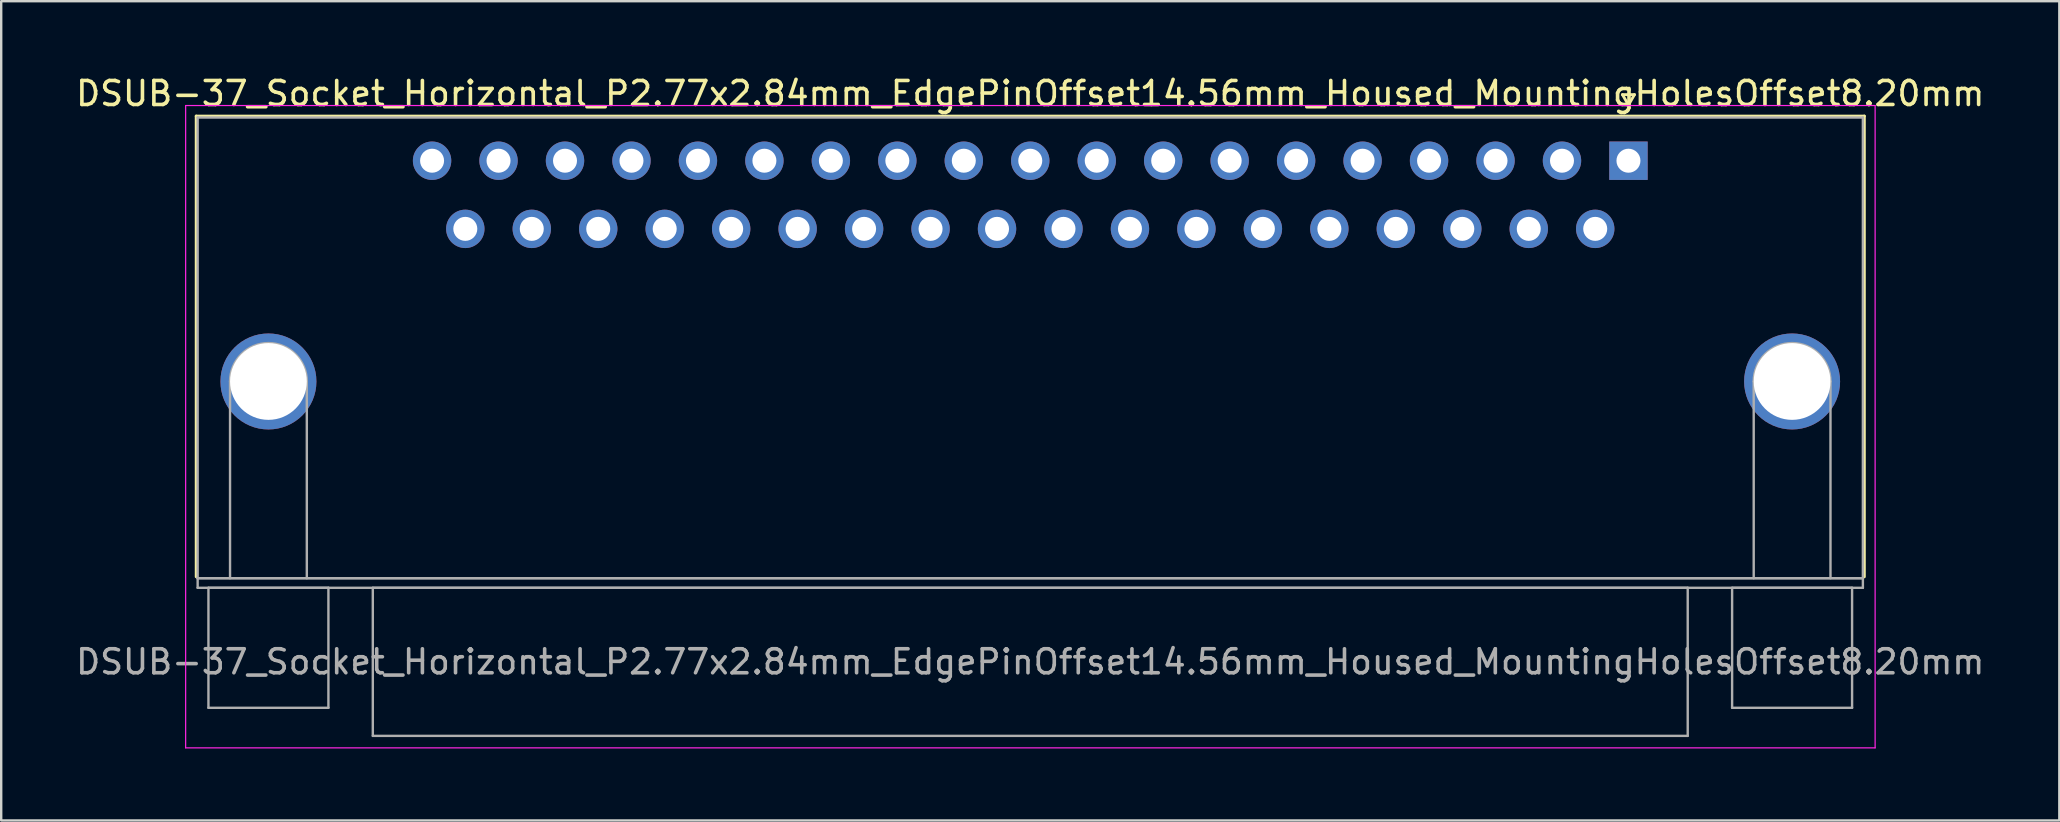
<source format=kicad_pcb>
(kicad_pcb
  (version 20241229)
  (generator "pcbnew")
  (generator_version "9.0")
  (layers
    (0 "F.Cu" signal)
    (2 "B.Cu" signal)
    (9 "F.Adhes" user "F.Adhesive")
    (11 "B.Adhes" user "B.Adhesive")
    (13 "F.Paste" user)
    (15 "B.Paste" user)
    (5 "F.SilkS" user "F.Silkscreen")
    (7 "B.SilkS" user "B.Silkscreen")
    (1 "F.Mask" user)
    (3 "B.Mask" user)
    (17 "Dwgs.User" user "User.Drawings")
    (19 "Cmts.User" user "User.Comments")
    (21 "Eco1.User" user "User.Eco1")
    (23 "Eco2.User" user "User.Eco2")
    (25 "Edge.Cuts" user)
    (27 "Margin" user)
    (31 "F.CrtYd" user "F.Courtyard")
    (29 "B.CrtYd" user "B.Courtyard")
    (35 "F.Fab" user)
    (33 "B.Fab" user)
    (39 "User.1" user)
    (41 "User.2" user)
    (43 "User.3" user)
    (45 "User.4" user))
  (footprint "DSUB-37_Socket_Horizontal_P2.77x2.84mm_EdgePinOffset14.56mm_Housed_MountingHolesOffset8.20mm"
    (layer "F.Cu")
    (at 64.817 3.648)
    (property "Reference" "DSUB-37_Socket_Horizontal_P2.77x2.84mm_EdgePinOffset14.56mm_Housed_MountingHolesOffset8.20mm" (at -24.93 -2.8 0) (layer "F.SilkS") (effects (font (size 1 1) (thickness 0.15))))
    (attr through_hole)
    (fp_line (start -59.69 -1.86) (end 9.83 -1.86) (stroke (width 0.12) (type solid)) (layer "F.SilkS"))
    (fp_line (start -59.69 17.34) (end -59.69 -1.86) (stroke (width 0.12) (type solid)) (layer "F.SilkS"))
    (fp_line (start -0.25 -2.754) (end 0.25 -2.754) (stroke (width 0.12) (type solid)) (layer "F.SilkS"))
    (fp_line (start 0 -2.321) (end -0.25 -2.754) (stroke (width 0.12) (type solid)) (layer "F.SilkS"))
    (fp_line (start 0.25 -2.754) (end 0 -2.321) (stroke (width 0.12) (type solid)) (layer "F.SilkS"))
    (fp_line (start 9.83 -1.86) (end 9.83 17.34) (stroke (width 0.12) (type solid)) (layer "F.SilkS"))
    (fp_line (start -60.13 -2.3) (end -60.13 24.47) (stroke (width 0.05) (type solid)) (layer "F.CrtYd"))
    (fp_line (start -60.13 24.47) (end 10.28 24.47) (stroke (width 0.05) (type solid)) (layer "F.CrtYd"))
    (fp_line (start 10.28 -2.3) (end -60.13 -2.3) (stroke (width 0.05) (type solid)) (layer "F.CrtYd"))
    (fp_line (start 10.28 24.47) (end 10.28 -2.3) (stroke (width 0.05) (type solid)) (layer "F.CrtYd"))
    (fp_line (start -59.63 -1.8) (end -59.63 17.4) (stroke (width 0.1) (type solid)) (layer "F.Fab"))
    (fp_line (start -59.63 17.4) (end -59.63 17.8) (stroke (width 0.1) (type solid)) (layer "F.Fab"))
    (fp_line (start -59.63 17.4) (end 9.77 17.4) (stroke (width 0.1) (type solid)) (layer "F.Fab"))
    (fp_line (start -59.63 17.8) (end 9.77 17.8) (stroke (width 0.1) (type solid)) (layer "F.Fab"))
    (fp_line (start -59.18 17.8) (end -59.18 22.8) (stroke (width 0.1) (type solid)) (layer "F.Fab"))
    (fp_line (start -59.18 22.8) (end -54.18 22.8) (stroke (width 0.1) (type solid)) (layer "F.Fab"))
    (fp_line (start -58.28 17.4) (end -58.28 9.2) (stroke (width 0.1) (type solid)) (layer "F.Fab"))
    (fp_line (start -55.08 17.4) (end -55.08 9.2) (stroke (width 0.1) (type solid)) (layer "F.Fab"))
    (fp_line (start -54.18 17.8) (end -59.18 17.8) (stroke (width 0.1) (type solid)) (layer "F.Fab"))
    (fp_line (start -54.18 22.8) (end -54.18 17.8) (stroke (width 0.1) (type solid)) (layer "F.Fab"))
    (fp_line (start -52.33 17.8) (end -52.33 23.97) (stroke (width 0.1) (type solid)) (layer "F.Fab"))
    (fp_line (start -52.33 23.97) (end 2.47 23.97) (stroke (width 0.1) (type solid)) (layer "F.Fab"))
    (fp_line (start 2.47 17.8) (end -52.33 17.8) (stroke (width 0.1) (type solid)) (layer "F.Fab"))
    (fp_line (start 2.47 23.97) (end 2.47 17.8) (stroke (width 0.1) (type solid)) (layer "F.Fab"))
    (fp_line (start 4.32 17.8) (end 4.32 22.8) (stroke (width 0.1) (type solid)) (layer "F.Fab"))
    (fp_line (start 4.32 22.8) (end 9.32 22.8) (stroke (width 0.1) (type solid)) (layer "F.Fab"))
    (fp_line (start 5.22 17.4) (end 5.22 9.2) (stroke (width 0.1) (type solid)) (layer "F.Fab"))
    (fp_line (start 8.42 17.4) (end 8.42 9.2) (stroke (width 0.1) (type solid)) (layer "F.Fab"))
    (fp_line (start 9.32 17.8) (end 4.32 17.8) (stroke (width 0.1) (type solid)) (layer "F.Fab"))
    (fp_line (start 9.32 22.8) (end 9.32 17.8) (stroke (width 0.1) (type solid)) (layer "F.Fab"))
    (fp_line (start 9.77 -1.8) (end -59.63 -1.8) (stroke (width 0.1) (type solid)) (layer "F.Fab"))
    (fp_line (start 9.77 17.4) (end -59.63 17.4) (stroke (width 0.1) (type solid)) (layer "F.Fab"))
    (fp_line (start 9.77 17.4) (end 9.77 -1.8) (stroke (width 0.1) (type solid)) (layer "F.Fab"))
    (fp_line (start 9.77 17.8) (end 9.77 17.4) (stroke (width 0.1) (type solid)) (layer "F.Fab"))
    (fp_arc (start -58.28 9.2) (mid -56.68 7.6) (end -55.08 9.2) (stroke (width 0.1) (type solid)) (layer "F.Fab"))
    (fp_arc (start 5.22 9.2) (mid 6.82 7.6) (end 8.42 9.2) (stroke (width 0.1) (type solid)) (layer "F.Fab"))
    (fp_text user "${REFERENCE}" (at -24.93 20.885 0) (layer "F.Fab") (effects (font (size 1 1) (thickness 0.15))))
    (pad "0" thru_hole circle (at -56.68 9.2) (size 4 4) (drill 3.2) (layers "*.Cu" "*.Mask"))
    (pad "0" thru_hole circle (at 6.82 9.2) (size 4 4) (drill 3.2) (layers "*.Cu" "*.Mask"))
    (pad "1" thru_hole rect (at 0 0) (size 1.6 1.6) (drill 1) (layers "*.Cu" "*.Mask"))
    (pad "2" thru_hole circle (at -2.77 0) (size 1.6 1.6) (drill 1) (layers "*.Cu" "*.Mask"))
    (pad "3" thru_hole circle (at -5.54 0) (size 1.6 1.6) (drill 1) (layers "*.Cu" "*.Mask"))
    (pad "4" thru_hole circle (at -8.31 0) (size 1.6 1.6) (drill 1) (layers "*.Cu" "*.Mask"))
    (pad "5" thru_hole circle (at -11.08 0) (size 1.6 1.6) (drill 1) (layers "*.Cu" "*.Mask"))
    (pad "6" thru_hole circle (at -13.85 0) (size 1.6 1.6) (drill 1) (layers "*.Cu" "*.Mask"))
    (pad "7" thru_hole circle (at -16.62 0) (size 1.6 1.6) (drill 1) (layers "*.Cu" "*.Mask"))
    (pad "8" thru_hole circle (at -19.39 0) (size 1.6 1.6) (drill 1) (layers "*.Cu" "*.Mask"))
    (pad "9" thru_hole circle (at -22.16 0) (size 1.6 1.6) (drill 1) (layers "*.Cu" "*.Mask"))
    (pad "10" thru_hole circle (at -24.93 0) (size 1.6 1.6) (drill 1) (layers "*.Cu" "*.Mask"))
    (pad "11" thru_hole circle (at -27.7 0) (size 1.6 1.6) (drill 1) (layers "*.Cu" "*.Mask"))
    (pad "12" thru_hole circle (at -30.47 0) (size 1.6 1.6) (drill 1) (layers "*.Cu" "*.Mask"))
    (pad "13" thru_hole circle (at -33.24 0) (size 1.6 1.6) (drill 1) (layers "*.Cu" "*.Mask"))
    (pad "14" thru_hole circle (at -36.01 0) (size 1.6 1.6) (drill 1) (layers "*.Cu" "*.Mask"))
    (pad "15" thru_hole circle (at -38.78 0) (size 1.6 1.6) (drill 1) (layers "*.Cu" "*.Mask"))
    (pad "16" thru_hole circle (at -41.55 0) (size 1.6 1.6) (drill 1) (layers "*.Cu" "*.Mask"))
    (pad "17" thru_hole circle (at -44.32 0) (size 1.6 1.6) (drill 1) (layers "*.Cu" "*.Mask"))
    (pad "18" thru_hole circle (at -47.09 0) (size 1.6 1.6) (drill 1) (layers "*.Cu" "*.Mask"))
    (pad "19" thru_hole circle (at -49.86 0) (size 1.6 1.6) (drill 1) (layers "*.Cu" "*.Mask"))
    (pad "20" thru_hole circle (at -1.385 2.84) (size 1.6 1.6) (drill 1) (layers "*.Cu" "*.Mask"))
    (pad "21" thru_hole circle (at -4.155 2.84) (size 1.6 1.6) (drill 1) (layers "*.Cu" "*.Mask"))
    (pad "22" thru_hole circle (at -6.925 2.84) (size 1.6 1.6) (drill 1) (layers "*.Cu" "*.Mask"))
    (pad "23" thru_hole circle (at -9.695 2.84) (size 1.6 1.6) (drill 1) (layers "*.Cu" "*.Mask"))
    (pad "24" thru_hole circle (at -12.465 2.84) (size 1.6 1.6) (drill 1) (layers "*.Cu" "*.Mask"))
    (pad "25" thru_hole circle (at -15.235 2.84) (size 1.6 1.6) (drill 1) (layers "*.Cu" "*.Mask"))
    (pad "26" thru_hole circle (at -18.005 2.84) (size 1.6 1.6) (drill 1) (layers "*.Cu" "*.Mask"))
    (pad "27" thru_hole circle (at -20.775 2.84) (size 1.6 1.6) (drill 1) (layers "*.Cu" "*.Mask"))
    (pad "28" thru_hole circle (at -23.545 2.84) (size 1.6 1.6) (drill 1) (layers "*.Cu" "*.Mask"))
    (pad "29" thru_hole circle (at -26.315 2.84) (size 1.6 1.6) (drill 1) (layers "*.Cu" "*.Mask"))
    (pad "30" thru_hole circle (at -29.085 2.84) (size 1.6 1.6) (drill 1) (layers "*.Cu" "*.Mask"))
    (pad "31" thru_hole circle (at -31.855 2.84) (size 1.6 1.6) (drill 1) (layers "*.Cu" "*.Mask"))
    (pad "32" thru_hole circle (at -34.625 2.84) (size 1.6 1.6) (drill 1) (layers "*.Cu" "*.Mask"))
    (pad "33" thru_hole circle (at -37.395 2.84) (size 1.6 1.6) (drill 1) (layers "*.Cu" "*.Mask"))
    (pad "34" thru_hole circle (at -40.165 2.84) (size 1.6 1.6) (drill 1) (layers "*.Cu" "*.Mask"))
    (pad "35" thru_hole circle (at -42.935 2.84) (size 1.6 1.6) (drill 1) (layers "*.Cu" "*.Mask"))
    (pad "36" thru_hole circle (at -45.705 2.84) (size 1.6 1.6) (drill 1) (layers "*.Cu" "*.Mask"))
    (pad "37" thru_hole circle (at -48.475 2.84) (size 1.6 1.6) (drill 1) (layers "*.Cu" "*.Mask")))
  (gr_rect
    (start -3 -3)
    (end 82.774 31.143)
    (stroke (width 0.1) (type default))
    (fill no)
    (layer "Edge.Cuts")))
</source>
